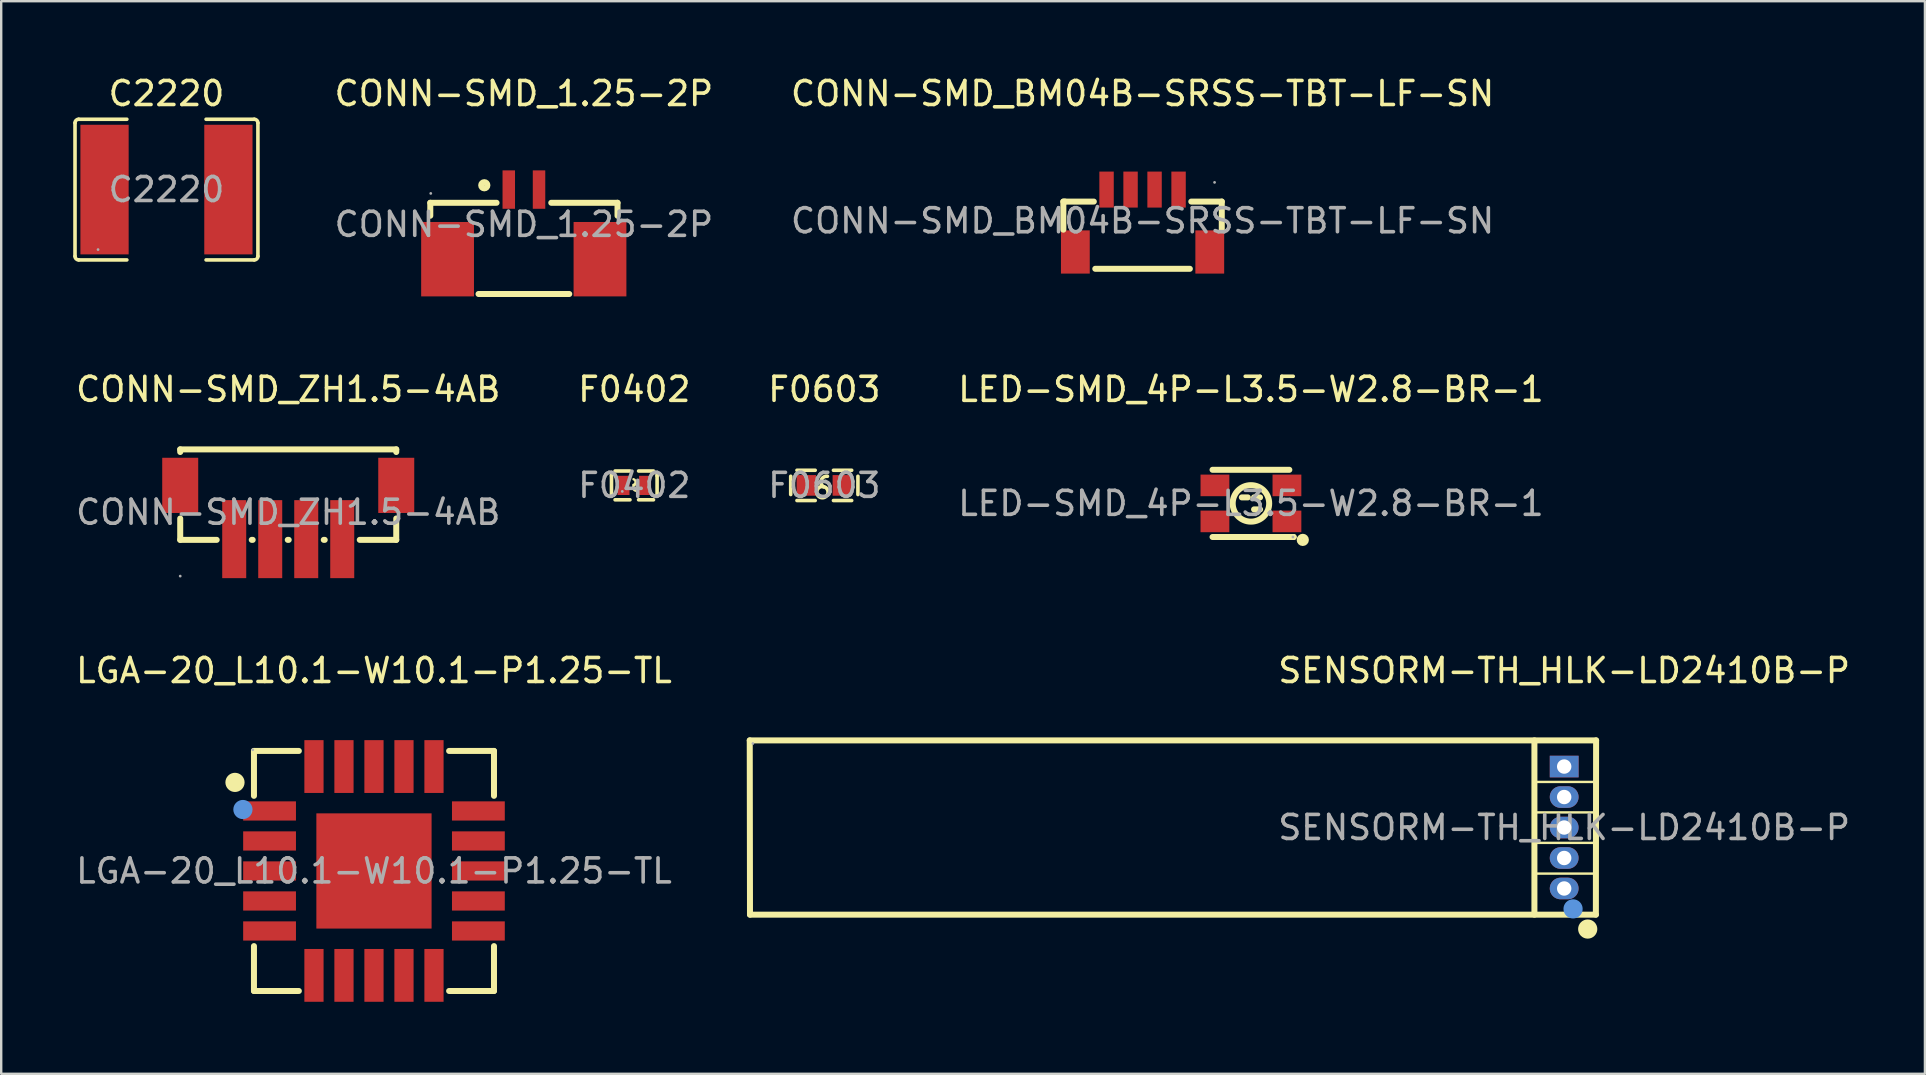
<source format=kicad_pcb>
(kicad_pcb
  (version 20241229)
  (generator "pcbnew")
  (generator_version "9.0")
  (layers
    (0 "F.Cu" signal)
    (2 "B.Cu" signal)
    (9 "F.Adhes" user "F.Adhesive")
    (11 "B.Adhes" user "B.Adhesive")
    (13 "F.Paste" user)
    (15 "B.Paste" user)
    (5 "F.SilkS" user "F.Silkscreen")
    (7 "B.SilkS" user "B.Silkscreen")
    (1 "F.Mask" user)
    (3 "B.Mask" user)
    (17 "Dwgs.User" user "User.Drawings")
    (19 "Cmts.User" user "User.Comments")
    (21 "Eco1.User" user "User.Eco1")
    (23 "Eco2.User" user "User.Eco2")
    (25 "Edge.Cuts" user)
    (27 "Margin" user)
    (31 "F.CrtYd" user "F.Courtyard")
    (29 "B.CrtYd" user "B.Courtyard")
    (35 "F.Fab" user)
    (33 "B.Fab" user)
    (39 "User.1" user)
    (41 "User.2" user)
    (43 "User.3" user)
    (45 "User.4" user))
  (footprint "SENSORM-TH_HLK-LD2410B-P"
    (layer "F.Cu")
    (at 62.115 31.425)
    (property "Reference" "SENSORM-TH_HLK-LD2410B-P" (at 0 -6.54 0) (layer "F.SilkS") (effects (font (size 1 1) (thickness 0.15))))
    (attr through_hole)
    (fp_line (start -33.93 -3.63) (end 1.33 -3.63) (stroke (width 0.25) (type solid)) (layer "F.SilkS"))
    (fp_line (start -33.92 3.63) (end -33.93 -3.63) (stroke (width 0.25) (type solid)) (layer "F.SilkS"))
    (fp_line (start -1.24 -3.63) (end -1.24 3.63) (stroke (width 0.25) (type solid)) (layer "F.SilkS"))
    (fp_line (start 1.32 1.92) (end -1.24 1.92) (stroke (width 0.1) (type solid)) (layer "F.SilkS"))
    (fp_line (start 1.32 3.63) (end -33.92 3.63) (stroke (width 0.25) (type solid)) (layer "F.SilkS"))
    (fp_line (start 1.33 -3.63) (end 1.32 3.63) (stroke (width 0.25) (type solid)) (layer "F.SilkS"))
    (fp_line (start 1.33 -1.9) (end -1.24 -1.9) (stroke (width 0.1) (type solid)) (layer "F.SilkS"))
    (fp_line (start 1.33 -0.63) (end -1.24 -0.63) (stroke (width 0.1) (type solid)) (layer "F.SilkS"))
    (fp_line (start 1.33 0.64) (end -1.24 0.64) (stroke (width 0.1) (type solid)) (layer "F.SilkS"))
    (fp_circle (center 0.98 4.23) (end 1.18 4.23) (stroke (width 0.4) (type solid)) (fill no) (layer "F.SilkS"))
    (fp_circle (center 0.37 3.39) (end 0.57 3.39) (stroke (width 0.4) (type solid)) (fill no) (layer "Cmts.User"))
    (fp_circle (center -33.8 -3.5) (end -33.77 -3.5) (stroke (width 0.06) (type solid)) (fill no) (layer "F.Fab"))
    (fp_text user "${REFERENCE}" (at 0 0 0) (layer "F.Fab") (effects (font (size 1 1) (thickness 0.15))))
    (pad "1" thru_hole oval (at 0 2.54 270) (size 0.9 1.2) (drill 0.6) (layers "*.Cu" "*.Mask"))
    (pad "2" thru_hole oval (at 0 1.27 270) (size 0.9 1.2) (drill 0.6) (layers "*.Cu" "*.Mask"))
    (pad "3" thru_hole oval (at 0 0 270) (size 0.9 1.2) (drill 0.6) (layers "*.Cu" "*.Mask"))
    (pad "4" thru_hole oval (at 0 -1.27 270) (size 0.9 1.2) (drill 0.6) (layers "*.Cu" "*.Mask"))
    (pad "5" thru_hole rect (at 0 -2.54 270) (size 0.9 1.2) (drill 0.6) (layers "*.Cu" "*.Mask")))
  (footprint "F0603"
    (layer "F.Cu")
    (at 31.292 17.172)
    (property "Reference" "F0603" (at 0 -4 0) (layer "F.SilkS") (effects (font (size 1 1) (thickness 0.15))))
    (attr smd)
    (fp_line (start -1.4 -0.38) (end -1.4 0.38) (stroke (width 0.15) (type solid)) (layer "F.SilkS"))
    (fp_line (start -0.38 -0.63) (end -1.14 -0.63) (stroke (width 0.15) (type solid)) (layer "F.SilkS"))
    (fp_line (start -0.38 0.63) (end -1.14 0.63) (stroke (width 0.15) (type solid)) (layer "F.SilkS"))
    (fp_line (start 0.38 -0.63) (end 1.14 -0.63) (stroke (width 0.15) (type solid)) (layer "F.SilkS"))
    (fp_line (start 0.38 0.63) (end 1.14 0.63) (stroke (width 0.15) (type solid)) (layer "F.SilkS"))
    (fp_line (start 1.4 -0.38) (end 1.4 0.38) (stroke (width 0.15) (type solid)) (layer "F.SilkS"))
    (fp_arc (start -0.134006 0.509092) (mid -0.027995 0.050445) (end -0.13 0.51) (stroke (width 0.15) (type solid)) (layer "F.SilkS"))
    (fp_arc (start -0.030294 0.063773) (mid -0.127483 -0.222168) (end 0.13 -0.38) (stroke (width 0.15) (type solid)) (layer "F.SilkS"))
    (fp_circle (center -0.8 0.4) (end -0.77 0.4) (stroke (width 0.06) (type solid)) (fill no) (layer "F.Fab"))
    (fp_text user "${REFERENCE}" (at 0 0 0) (layer "F.Fab") (effects (font (size 1 1) (thickness 0.15))))
    (pad "1" smd rect (at -0.75 0) (size 0.81 0.86) (layers "F.Cu" "F.Mask" "F.Paste"))
    (pad "2" smd rect (at 0.75 0) (size 0.81 0.86) (layers "F.Cu" "F.Mask" "F.Paste")))
  (footprint "CONN-SMD_BM04B-SRSS-TBT-LF-SN"
    (layer "F.Cu")
    (at 44.55 6.148)
    (property "Reference" "CONN-SMD_BM04B-SRSS-TBT-LF-SN" (at 0 -5.3 0) (layer "F.SilkS") (effects (font (size 1 1) (thickness 0.15))))
    (attr smd)
    (fp_line (start -3.3 -0.8) (end -3.3 0.37) (stroke (width 0.25) (type solid)) (layer "F.SilkS"))
    (fp_line (start -3.23 -0.8) (end -3.3 -0.8) (stroke (width 0.25) (type solid)) (layer "F.SilkS"))
    (fp_line (start -2.03 -0.8) (end -3.23 -0.8) (stroke (width 0.25) (type solid)) (layer "F.SilkS"))
    (fp_line (start -1.97 2) (end 1.97 2) (stroke (width 0.25) (type solid)) (layer "F.SilkS"))
    (fp_line (start 2.03 -0.8) (end 3.3 -0.8) (stroke (width 0.25) (type solid)) (layer "F.SilkS"))
    (fp_line (start 3.3 -0.8) (end 3.3 0.37) (stroke (width 0.25) (type solid)) (layer "F.SilkS"))
    (fp_circle (center 3 -1.6) (end 3.03 -1.6) (stroke (width 0.06) (type solid)) (fill no) (layer "F.Fab"))
    (fp_text user "${REFERENCE}" (at 0 0 0) (layer "F.Fab") (effects (font (size 1 1) (thickness 0.15))))
    (pad "1" smd rect (at 1.5 -1.3) (size 0.6 1.5) (layers "F.Cu" "F.Mask" "F.Paste"))
    (pad "2" smd rect (at 0.5 -1.3) (size 0.6 1.5) (layers "F.Cu" "F.Mask" "F.Paste"))
    (pad "3" smd rect (at -0.5 -1.3) (size 0.6 1.5) (layers "F.Cu" "F.Mask" "F.Paste"))
    (pad "4" smd rect (at -1.5 -1.3) (size 0.6 1.5) (layers "F.Cu" "F.Mask" "F.Paste"))
    (pad "5" smd rect (at -2.8 1.3) (size 1.2 1.8) (layers "F.Cu" "F.Mask" "F.Paste"))
    (pad "6" smd rect (at 2.8 1.3) (size 1.2 1.8) (layers "F.Cu" "F.Mask" "F.Paste")))
  (footprint "CONN-SMD_ZH1.5-4AB"
    (layer "F.Cu")
    (at 8.958 18.291)
    (property "Reference" "CONN-SMD_ZH1.5-4AB" (at 0 -5.12 0) (layer "F.SilkS") (effects (font (size 1 1) (thickness 0.15))))
    (attr smd)
    (fp_line (start -4.5 -2.62) (end -4.5 -2.51) (stroke (width 0.25) (type solid)) (layer "F.SilkS"))
    (fp_line (start -4.5 -2.62) (end 4.5 -2.62) (stroke (width 0.25) (type solid)) (layer "F.SilkS"))
    (fp_line (start -4.5 0.26) (end -4.5 1.15) (stroke (width 0.25) (type solid)) (layer "F.SilkS"))
    (fp_line (start -4.5 1.15) (end -2.98 1.15) (stroke (width 0.25) (type solid)) (layer "F.SilkS"))
    (fp_line (start -1.52 1.15) (end -1.48 1.15) (stroke (width 0.25) (type solid)) (layer "F.SilkS"))
    (fp_line (start -0.02 1.15) (end 0.02 1.15) (stroke (width 0.25) (type solid)) (layer "F.SilkS"))
    (fp_line (start 1.48 1.15) (end 1.52 1.15) (stroke (width 0.25) (type solid)) (layer "F.SilkS"))
    (fp_line (start 2.98 1.15) (end 4.5 1.15) (stroke (width 0.25) (type solid)) (layer "F.SilkS"))
    (fp_line (start 4.5 -2.62) (end 4.5 -2.51) (stroke (width 0.25) (type solid)) (layer "F.SilkS"))
    (fp_line (start 4.5 0.26) (end 4.5 1.15) (stroke (width 0.25) (type solid)) (layer "F.SilkS"))
    (fp_circle (center -4.5 2.66) (end -4.47 2.66) (stroke (width 0.06) (type solid)) (fill no) (layer "F.Fab"))
    (fp_text user "${REFERENCE}" (at 0 0 0) (layer "F.Fab") (effects (font (size 1 1) (thickness 0.15))))
    (pad "1" smd rect (at -2.25 1.12) (size 1 3.25) (layers "F.Cu" "F.Mask" "F.Paste"))
    (pad "2" smd rect (at -0.75 1.12) (size 1 3.25) (layers "F.Cu" "F.Mask" "F.Paste"))
    (pad "3" smd rect (at 0.75 1.12) (size 1 3.25) (layers "F.Cu" "F.Mask" "F.Paste"))
    (pad "4" smd rect (at 2.25 1.12) (size 1 3.25) (layers "F.Cu" "F.Mask" "F.Paste"))
    (pad "5" smd rect (at -4.5 -1.12) (size 1.5 2.3) (layers "F.Cu" "F.Mask" "F.Paste"))
    (pad "6" smd rect (at 4.5 -1.12) (size 1.5 2.3) (layers "F.Cu" "F.Mask" "F.Paste")))
  (footprint "LED-SMD_4P-L3.5-W2.8-BR-1"
    (layer "F.Cu")
    (at 49.065 17.922)
    (property "Reference" "LED-SMD_4P-L3.5-W2.8-BR-1" (at 0 -4.75 0) (layer "F.SilkS") (effects (font (size 1 1) (thickness 0.15))))
    (attr smd)
    (fp_line (start -1.6 -1.4) (end 1.6 -1.4) (stroke (width 0.25) (type solid)) (layer "F.SilkS"))
    (fp_line (start -0.13 -0.25) (end -0.38 -0.25) (stroke (width 0.25) (type solid)) (layer "F.SilkS"))
    (fp_line (start 0.38 -0.25) (end 0.13 -0.25) (stroke (width 0.25) (type solid)) (layer "F.SilkS"))
    (fp_line (start 0.38 0.25) (end 0.13 0.25) (stroke (width 0.25) (type solid)) (layer "F.SilkS"))
    (fp_line (start 1.6 1.4) (end -1.6 1.4) (stroke (width 0.25) (type solid)) (layer "F.SilkS"))
    (fp_line (start 1.6 1.4) (end 1.78 1.4) (stroke (width 0.25) (type solid)) (layer "F.SilkS"))
    (fp_line (start 1.78 1.4) (end 1.78 1.4) (stroke (width 0.25) (type solid)) (layer "F.SilkS"))
    (fp_circle (center 0 0) (end 0.76 0) (stroke (width 0.25) (type solid)) (fill no) (layer "F.SilkS"))
    (fp_circle (center 2.16 1.52) (end 2.29 1.52) (stroke (width 0.25) (type solid)) (fill no) (layer "F.SilkS"))
    (fp_circle (center 1.75 1.4) (end 1.78 1.4) (stroke (width 0.06) (type solid)) (fill no) (layer "F.Fab"))
    (fp_text user "${REFERENCE}" (at 0 0 0) (layer "F.Fab") (effects (font (size 1 1) (thickness 0.15))))
    (pad "1" smd rect (at 1.5 0.75 180) (size 1.2 0.9) (layers "F.Cu" "F.Mask" "F.Paste"))
    (pad "2" smd rect (at 1.5 -0.75 180) (size 1.2 0.9) (layers "F.Cu" "F.Mask" "F.Paste"))
    (pad "3" smd rect (at -1.5 -0.75 180) (size 1.2 0.9) (layers "F.Cu" "F.Mask" "F.Paste"))
    (pad "4" smd rect (at -1.5 0.75 180) (size 1.2 0.9) (layers "F.Cu" "F.Mask" "F.Paste")))
  (footprint "LGA-20_L10.1-W10.1-P1.25-TL"
    (layer "F.Cu")
    (at 12.53 33.235)
    (property "Reference" "LGA-20_L10.1-W10.1-P1.25-TL" (at 0 -8.35 0) (layer "F.SilkS") (effects (font (size 1 1) (thickness 0.15))))
    (attr smd)
    (fp_line (start -5 -5) (end -3.13 -5) (stroke (width 0.25) (type solid)) (layer "F.SilkS"))
    (fp_line (start -5 -3.13) (end -5 -5) (stroke (width 0.25) (type solid)) (layer "F.SilkS"))
    (fp_line (start -5 5) (end -5 3.13) (stroke (width 0.25) (type solid)) (layer "F.SilkS"))
    (fp_line (start -3.13 5) (end -5 5) (stroke (width 0.25) (type solid)) (layer "F.SilkS"))
    (fp_line (start 3.13 -5) (end 5 -5) (stroke (width 0.25) (type solid)) (layer "F.SilkS"))
    (fp_line (start 5 -5) (end 5 -3.13) (stroke (width 0.25) (type solid)) (layer "F.SilkS"))
    (fp_line (start 5 3.13) (end 5 5) (stroke (width 0.25) (type solid)) (layer "F.SilkS"))
    (fp_line (start 5 5) (end 3.13 5) (stroke (width 0.25) (type solid)) (layer "F.SilkS"))
    (fp_circle (center -5.79 -3.69) (end -5.59 -3.69) (stroke (width 0.4) (type solid)) (fill no) (layer "F.SilkS"))
    (fp_circle (center -5.46 -2.56) (end -5.26 -2.56) (stroke (width 0.4) (type solid)) (fill no) (layer "Cmts.User"))
    (fp_circle (center -5.05 -5.05) (end -5.02 -5.05) (stroke (width 0.06) (type solid)) (fill no) (layer "F.Fab"))
    (fp_text user "${REFERENCE}" (at 0 0 0) (layer "F.Fab") (effects (font (size 1 1) (thickness 0.15))))
    (pad "1" smd rect (at -4.35 -2.5) (size 2.2 0.8) (layers "F.Cu" "F.Mask" "F.Paste"))
    (pad "2" smd rect (at -4.35 -1.25) (size 2.2 0.8) (layers "F.Cu" "F.Mask" "F.Paste"))
    (pad "3" smd rect (at -4.35 0) (size 2.2 0.8) (layers "F.Cu" "F.Mask" "F.Paste"))
    (pad "4" smd rect (at -4.35 1.25) (size 2.2 0.8) (layers "F.Cu" "F.Mask" "F.Paste"))
    (pad "5" smd rect (at -4.35 2.5) (size 2.2 0.8) (layers "F.Cu" "F.Mask" "F.Paste"))
    (pad "6" smd rect (at -2.5 4.35 90) (size 2.2 0.8) (layers "F.Cu" "F.Mask" "F.Paste"))
    (pad "7" smd rect (at -1.25 4.35 90) (size 2.2 0.8) (layers "F.Cu" "F.Mask" "F.Paste"))
    (pad "8" smd rect (at 0 4.35 90) (size 2.2 0.8) (layers "F.Cu" "F.Mask" "F.Paste"))
    (pad "9" smd rect (at 1.25 4.35 90) (size 2.2 0.8) (layers "F.Cu" "F.Mask" "F.Paste"))
    (pad "10" smd rect (at 2.5 4.35 90) (size 2.2 0.8) (layers "F.Cu" "F.Mask" "F.Paste"))
    (pad "11" smd rect (at 4.35 2.5 180) (size 2.2 0.8) (layers "F.Cu" "F.Mask" "F.Paste"))
    (pad "12" smd rect (at 4.35 1.25 180) (size 2.2 0.8) (layers "F.Cu" "F.Mask" "F.Paste"))
    (pad "13" smd rect (at 4.35 0 180) (size 2.2 0.8) (layers "F.Cu" "F.Mask" "F.Paste"))
    (pad "14" smd rect (at 4.35 -1.25 180) (size 2.2 0.8) (layers "F.Cu" "F.Mask" "F.Paste"))
    (pad "15" smd rect (at 4.35 -2.5 180) (size 2.2 0.8) (layers "F.Cu" "F.Mask" "F.Paste"))
    (pad "16" smd rect (at 2.5 -4.35 270) (size 2.2 0.8) (layers "F.Cu" "F.Mask" "F.Paste"))
    (pad "17" smd rect (at 1.25 -4.35 270) (size 2.2 0.8) (layers "F.Cu" "F.Mask" "F.Paste"))
    (pad "18" smd rect (at 0 -4.35 270) (size 2.2 0.8) (layers "F.Cu" "F.Mask" "F.Paste"))
    (pad "19" smd rect (at -1.25 -4.35 270) (size 2.2 0.8) (layers "F.Cu" "F.Mask" "F.Paste"))
    (pad "20" smd rect (at -2.5 -4.35 270) (size 2.2 0.8) (layers "F.Cu" "F.Mask" "F.Paste"))
    (pad "21" smd rect (at 0 0 270) (size 4.8 4.8) (layers "F.Cu" "F.Mask" "F.Paste")))
  (footprint "C2220"
    (layer "F.Cu")
    (at 3.885 4.848)
    (property "Reference" "C2220" (at 0 -4 0) (layer "F.SilkS") (effects (font (size 1 1) (thickness 0.15))))
    (attr smd)
    (fp_line (start -3.81 2.78) (end -3.81 -2.78) (stroke (width 0.15) (type solid)) (layer "F.SilkS"))
    (fp_line (start -3.66 -2.93) (end -1.65 -2.93) (stroke (width 0.15) (type solid)) (layer "F.SilkS"))
    (fp_line (start -1.65 2.93) (end -3.66 2.93) (stroke (width 0.15) (type solid)) (layer "F.SilkS"))
    (fp_line (start 1.65 2.93) (end 3.66 2.93) (stroke (width 0.15) (type solid)) (layer "F.SilkS"))
    (fp_line (start 3.66 -2.93) (end 1.65 -2.93) (stroke (width 0.15) (type solid)) (layer "F.SilkS"))
    (fp_line (start 3.81 2.78) (end 3.81 -2.78) (stroke (width 0.15) (type solid)) (layer "F.SilkS"))
    (fp_arc (start -3.81 -2.78) (mid -3.766066 -2.886066) (end -3.66 -2.93) (stroke (width 0.15) (type solid)) (layer "F.SilkS"))
    (fp_arc (start -3.66 2.93) (mid -3.766066 2.886066) (end -3.81 2.78) (stroke (width 0.15) (type solid)) (layer "F.SilkS"))
    (fp_arc (start 3.66 -2.93) (mid 3.766066 -2.886066) (end 3.81 -2.78) (stroke (width 0.15) (type solid)) (layer "F.SilkS"))
    (fp_arc (start 3.81 2.78) (mid 3.766066 2.886066) (end 3.66 2.93) (stroke (width 0.15) (type solid)) (layer "F.SilkS"))
    (fp_circle (center -2.85 2.5) (end -2.82 2.5) (stroke (width 0.06) (type solid)) (fill no) (layer "F.Fab"))
    (fp_text user "${REFERENCE}" (at 0 0 0) (layer "F.Fab") (effects (font (size 1 1) (thickness 0.15))))
    (pad "1" smd rect (at -2.58 0) (size 2.01 5.4) (layers "F.Cu" "F.Mask" "F.Paste"))
    (pad "2" smd rect (at 2.58 0) (size 2.01 5.4) (layers "F.Cu" "F.Mask" "F.Paste")))
  (footprint "F0402"
    (layer "F.Cu")
    (at 23.375 17.172)
    (property "Reference" "F0402" (at 0 -4 0) (layer "F.SilkS") (effects (font (size 1 1) (thickness 0.15))))
    (attr smd)
    (fp_line (start -0.95 -0.45) (end -0.95 -0.4) (stroke (width 0.15) (type solid)) (layer "F.SilkS"))
    (fp_line (start -0.95 -0.4) (end -0.95 0.4) (stroke (width 0.15) (type solid)) (layer "F.SilkS"))
    (fp_line (start -0.95 0.45) (end -0.95 0.4) (stroke (width 0.15) (type solid)) (layer "F.SilkS"))
    (fp_line (start -0.18 -0.6) (end -0.8 -0.6) (stroke (width 0.15) (type solid)) (layer "F.SilkS"))
    (fp_line (start -0.18 0.6) (end -0.8 0.6) (stroke (width 0.15) (type solid)) (layer "F.SilkS"))
    (fp_line (start 0.18 -0.6) (end 0.8 -0.6) (stroke (width 0.15) (type solid)) (layer "F.SilkS"))
    (fp_line (start 0.18 0.6) (end 0.8 0.6) (stroke (width 0.15) (type solid)) (layer "F.SilkS"))
    (fp_line (start 0.95 -0.45) (end 0.95 -0.4) (stroke (width 0.15) (type solid)) (layer "F.SilkS"))
    (fp_line (start 0.95 -0.4) (end 0.95 0.4) (stroke (width 0.15) (type solid)) (layer "F.SilkS"))
    (fp_line (start 0.95 0.45) (end 0.95 0.4) (stroke (width 0.15) (type solid)) (layer "F.SilkS"))
    (fp_arc (start -0.032098 -0.257743) (mid 0.053625 -0.135891) (end -0.04 -0.02) (stroke (width 0.1) (type solid)) (layer "F.SilkS"))
    (fp_arc (start 0.055308 0.221516) (mid -0.045987 0.09276) (end 0.05 -0.04) (stroke (width 0.1) (type solid)) (layer "F.SilkS"))
    (fp_circle (center -0.5 0.25) (end -0.47 0.25) (stroke (width 0.06) (type solid)) (fill no) (layer "F.Fab"))
    (fp_text user "${REFERENCE}" (at 0 0 0) (layer "F.Fab") (effects (font (size 1 1) (thickness 0.15))))
    (pad "1" smd rect (at -0.45 0) (size 0.5 0.8) (layers "F.Cu" "F.Mask" "F.Paste"))
    (pad "2" smd rect (at 0.45 0) (size 0.5 0.8) (layers "F.Cu" "F.Mask" "F.Paste")))
  (footprint "CONN-SMD_1.25-2P"
    (layer "F.Cu")
    (at 18.776 6.298)
    (property "Reference" "CONN-SMD_1.25-2P" (at 0 -5.45 0) (layer "F.SilkS") (effects (font (size 1 1) (thickness 0.15))))
    (attr smd)
    (fp_line (start -3.9 -0.9) (end -1.14 -0.9) (stroke (width 0.25) (type solid)) (layer "F.SilkS"))
    (fp_line (start -3.9 -0.36) (end -3.9 -0.9) (stroke (width 0.25) (type solid)) (layer "F.SilkS"))
    (fp_line (start -1.89 2.9) (end 1.89 2.9) (stroke (width 0.25) (type solid)) (layer "F.SilkS"))
    (fp_line (start 3.9 -0.9) (end 1.14 -0.9) (stroke (width 0.25) (type solid)) (layer "F.SilkS"))
    (fp_line (start 3.9 -0.36) (end 3.9 -0.9) (stroke (width 0.25) (type solid)) (layer "F.SilkS"))
    (fp_circle (center -1.65 -1.63) (end -1.52 -1.63) (stroke (width 0.25) (type solid)) (fill no) (layer "F.SilkS"))
    (fp_circle (center -3.88 -1.29) (end -3.85 -1.29) (stroke (width 0.06) (type solid)) (fill no) (layer "F.Fab"))
    (fp_text user "${REFERENCE}" (at 0 0 0) (layer "F.Fab") (effects (font (size 1 1) (thickness 0.15))))
    (pad "1" smd rect (at -0.63 -1.45 90) (size 1.6 0.52) (layers "F.Cu" "F.Mask" "F.Paste"))
    (pad "2" smd rect (at 0.63 -1.45 90) (size 1.6 0.52) (layers "F.Cu" "F.Mask" "F.Paste"))
    (pad "3" smd rect (at 3.17 1.45 180) (size 2.2 3.1) (layers "F.Cu" "F.Mask" "F.Paste"))
    (pad "4" smd rect (at -3.18 1.45 180) (size 2.2 3.1) (layers "F.Cu" "F.Mask" "F.Paste")))
  (gr_rect
    (start -3 -3)
    (end 77.144 41.685)
    (stroke (width 0.1) (type default))
    (fill no)
    (layer "Edge.Cuts")))
</source>
